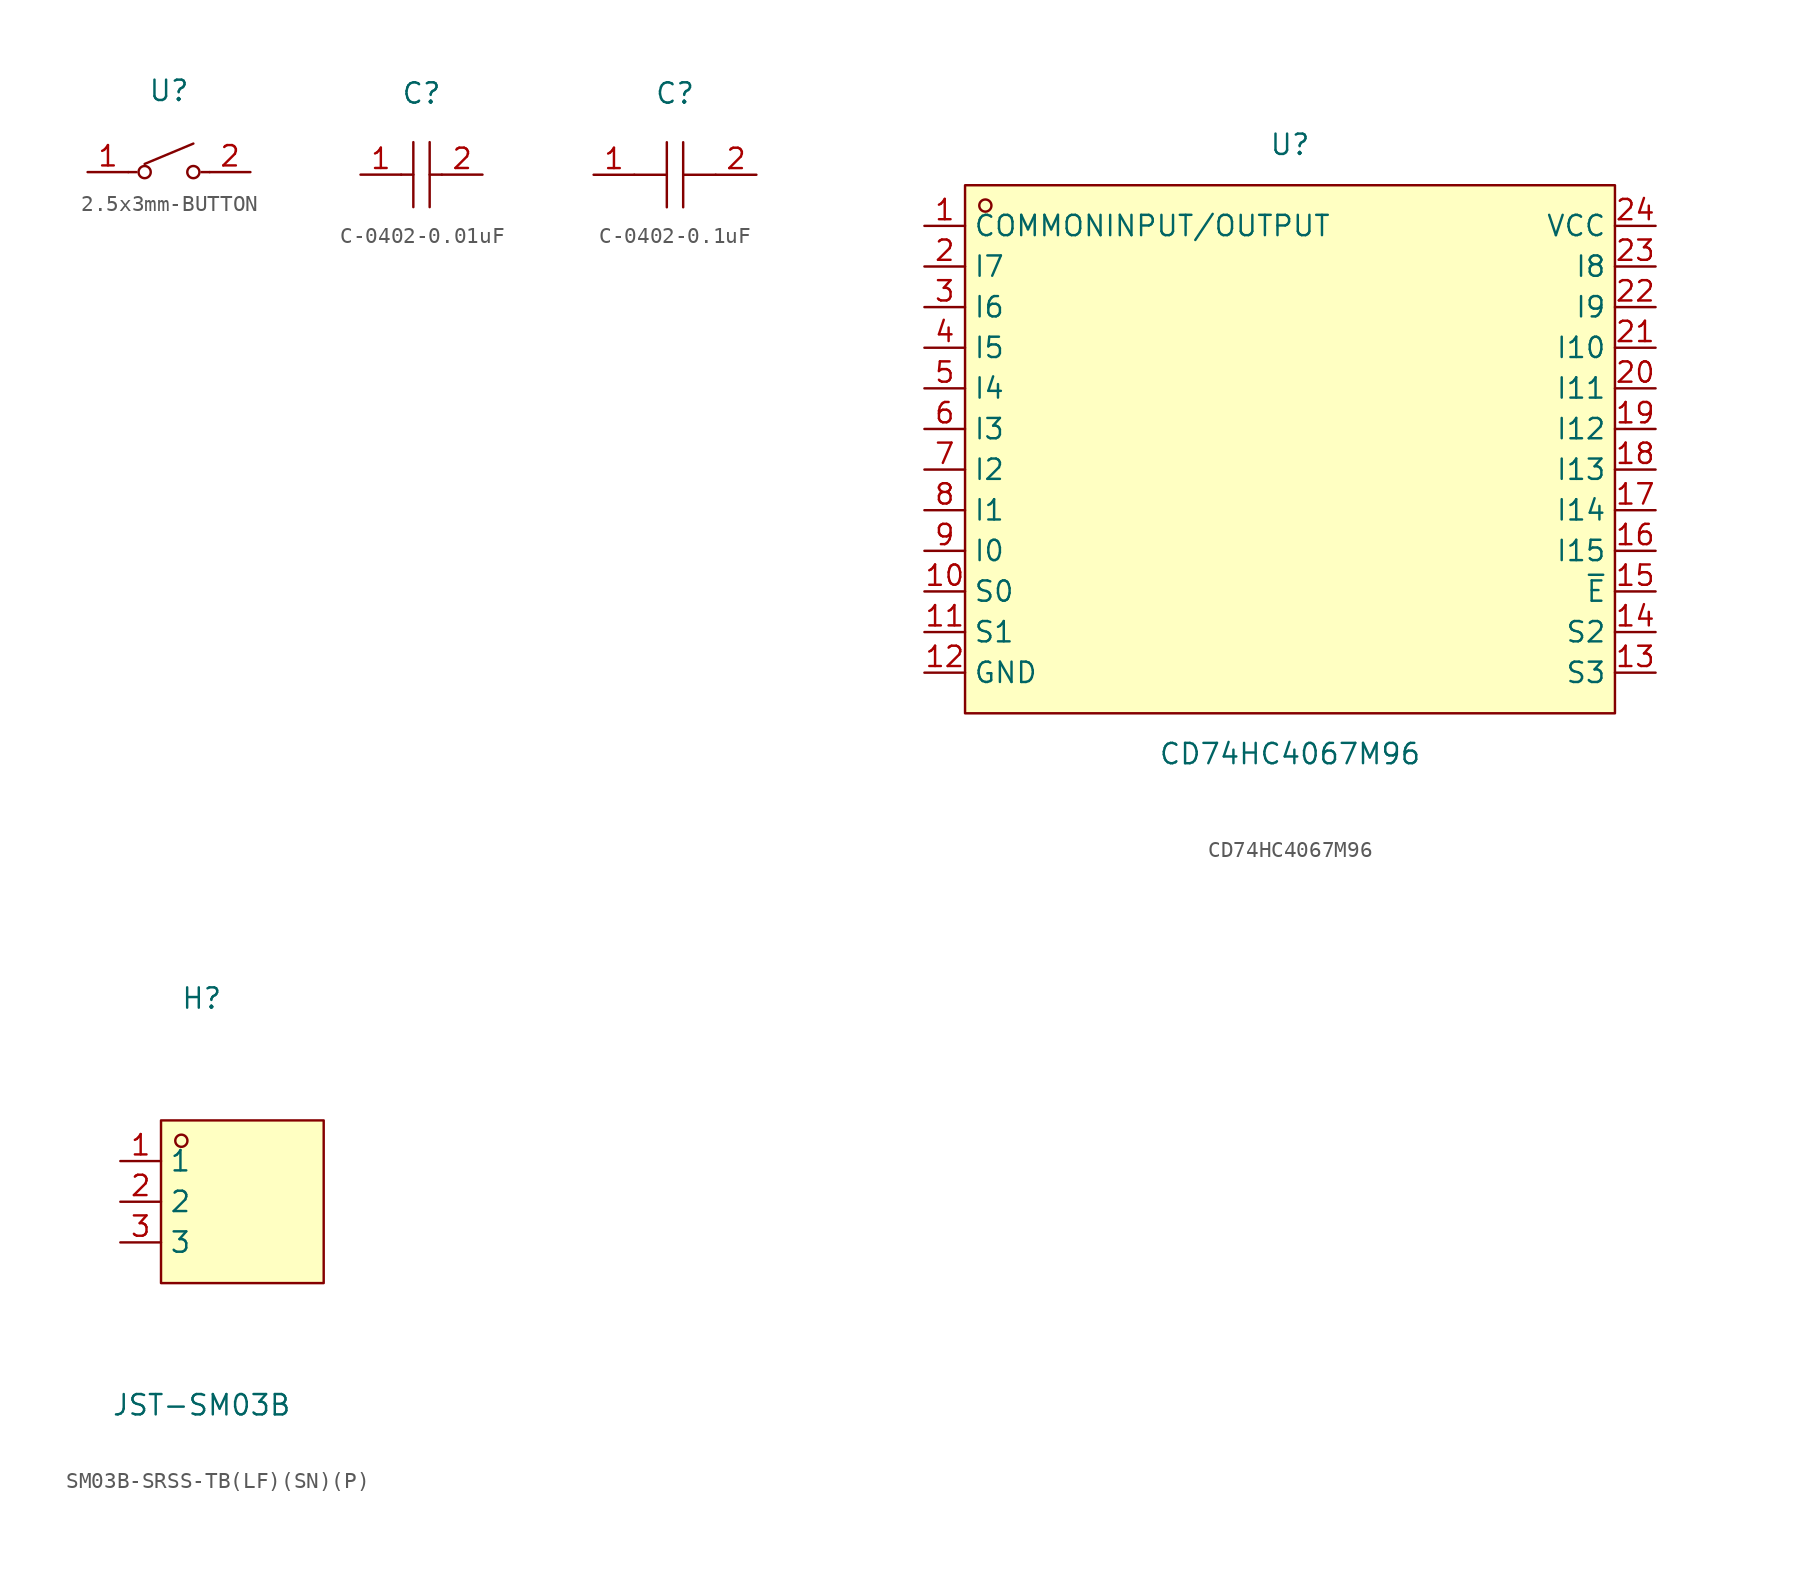
<source format=kicad_sym>
(kicad_symbol_lib
  (version 20231120)
  (generator "kicad_symbol_editor")
  (generator_version "8.0")
  (symbol "2.5x3mm-BUTTON"
    (property "Reference" "U"
      (at 0 5.08 0)
      (effects (font (size 1.27 1.27))))
    (symbol "2.5x3mm-BUTTON_0_1"
      (circle (center -1.52 0) (radius 0.38) (stroke (width 0) (type default)) (fill (type none)))
      (polyline (pts (xy -2.03 0) (xy -2.54 0)) (stroke (width 0) (type default)) (fill (type none)))
      (polyline (pts (xy -1.52 0.51) (xy 1.52 1.78)) (stroke (width 0) (type default)) (fill (type none)))
      (polyline (pts (xy 2.03 0) (xy 2.54 0)) (stroke (width 0) (type default)) (fill (type none)))
      (circle (center 1.52 0) (radius 0.38) (stroke (width 0) (type default)) (fill (type none))))
    (symbol "2.5x3mm-BUTTON_1_1"
      (pin unspecified line (at -5.08 0 0) (length 2.54) (name "" (effects (font (size 1.27 1.27)))) (number "1" (effects (font (size 1.27 1.27)))))
      (pin unspecified line (at 5.08 0 180) (length 2.54) (name "" (effects (font (size 1.27 1.27)))) (number "2" (effects (font (size 1.27 1.27)))))))
  (symbol "C-0402-0.01uF"
    (property "Reference" "C"
      (at 0 5.08 0)
      (effects (font (size 1.27 1.27))))
    (symbol "C-0402-0.01uF_0_1"
      (polyline (pts (xy -1.27 0) (xy -0.51 0)) (stroke (width 0) (type default)) (fill (type none)))
      (polyline (pts (xy -0.51 2.03) (xy -0.51 -2.03)) (stroke (width 0) (type default)) (fill (type none)))
      (polyline (pts (xy 0.51 0) (xy 1.27 0)) (stroke (width 0) (type default)) (fill (type none)))
      (polyline (pts (xy 0.51 2.03) (xy 0.51 -2.03)) (stroke (width 0) (type default)) (fill (type none))))
    (symbol "C-0402-0.01uF_1_1"
      (pin input line (at -3.81 0 0) (length 2.54) (name "" (effects (font (size 1.27 1.27)))) (number "1" (effects (font (size 1.27 1.27)))))
      (pin input line (at 3.81 0 180) (length 2.54) (name "" (effects (font (size 1.27 1.27)))) (number "2" (effects (font (size 1.27 1.27)))))))
  (symbol "C-0402-0.1uF"
    (property "Reference" "C"
      (at 0 5.08 0)
      (effects (font (size 1.27 1.27))))
    (symbol "C-0402-0.1uF_0_1"
      (polyline (pts (xy -0.51 -2.03) (xy -0.51 2.03)) (stroke (width 0) (type default)) (fill (type none)))
      (polyline (pts (xy -0.51 0) (xy -2.54 0)) (stroke (width 0) (type default)) (fill (type none)))
      (polyline (pts (xy 0.51 2.03) (xy 0.51 -2.03)) (stroke (width 0) (type default)) (fill (type none)))
      (polyline (pts (xy 2.54 0) (xy 0.51 0)) (stroke (width 0) (type default)) (fill (type none))))
    (symbol "C-0402-0.1uF_1_1"
      (pin unspecified line (at -5.08 0 0) (length 2.54) (name "" (effects (font (size 1.27 1.27)))) (number "1" (effects (font (size 1.27 1.27)))))
      (pin unspecified line (at 5.08 0 180) (length 2.54) (name "" (effects (font (size 1.27 1.27)))) (number "2" (effects (font (size 1.27 1.27)))))))
  (symbol "CD74HC4067M96"
    (property "Reference" "U"
      (at 0 19.05 0)
      (effects (font (size 1.27 1.27))))
    (property "Value" "CD74HC4067M96"
      (at 0 -19.05 0)
      (effects (font (size 1.27 1.27))))
    (symbol "CD74HC4067M96_0_1"
      (rectangle (start -20.32 16.51) (end 20.32 -16.51) (stroke (width 0) (type default)) (fill (type background)))
      (circle (center -19.05 15.24) (radius 0.38) (stroke (width 0) (type default)) (fill (type none)))
      (pin unspecified line (at -22.86 13.97 0) (length 2.54) (name "COMMONINPUT/OUTPUT" (effects (font (size 1.27 1.27)))) (number "1" (effects (font (size 1.27 1.27)))))
      (pin unspecified line (at -22.86 -8.89 0) (length 2.54) (name "S0" (effects (font (size 1.27 1.27)))) (number "10" (effects (font (size 1.27 1.27)))))
      (pin unspecified line (at -22.86 -11.43 0) (length 2.54) (name "S1" (effects (font (size 1.27 1.27)))) (number "11" (effects (font (size 1.27 1.27)))))
      (pin unspecified line (at -22.86 -13.97 0) (length 2.54) (name "GND" (effects (font (size 1.27 1.27)))) (number "12" (effects (font (size 1.27 1.27)))))
      (pin unspecified line (at 22.86 -13.97 180) (length 2.54) (name "S3" (effects (font (size 1.27 1.27)))) (number "13" (effects (font (size 1.27 1.27)))))
      (pin unspecified line (at 22.86 -11.43 180) (length 2.54) (name "S2" (effects (font (size 1.27 1.27)))) (number "14" (effects (font (size 1.27 1.27)))))
      (pin unspecified line (at 22.86 -8.89 180) (length 2.54) (name "~{E}" (effects (font (size 1.27 1.27)))) (number "15" (effects (font (size 1.27 1.27)))))
      (pin unspecified line (at 22.86 -6.35 180) (length 2.54) (name "I15" (effects (font (size 1.27 1.27)))) (number "16" (effects (font (size 1.27 1.27)))))
      (pin unspecified line (at 22.86 -3.81 180) (length 2.54) (name "I14" (effects (font (size 1.27 1.27)))) (number "17" (effects (font (size 1.27 1.27)))))
      (pin unspecified line (at 22.86 -1.27 180) (length 2.54) (name "I13" (effects (font (size 1.27 1.27)))) (number "18" (effects (font (size 1.27 1.27)))))
      (pin unspecified line (at 22.86 1.27 180) (length 2.54) (name "I12" (effects (font (size 1.27 1.27)))) (number "19" (effects (font (size 1.27 1.27)))))
      (pin unspecified line (at -22.86 11.43 0) (length 2.54) (name "I7" (effects (font (size 1.27 1.27)))) (number "2" (effects (font (size 1.27 1.27)))))
      (pin unspecified line (at 22.86 3.81 180) (length 2.54) (name "I11" (effects (font (size 1.27 1.27)))) (number "20" (effects (font (size 1.27 1.27)))))
      (pin unspecified line (at 22.86 6.35 180) (length 2.54) (name "I10" (effects (font (size 1.27 1.27)))) (number "21" (effects (font (size 1.27 1.27)))))
      (pin unspecified line (at 22.86 8.89 180) (length 2.54) (name "I9" (effects (font (size 1.27 1.27)))) (number "22" (effects (font (size 1.27 1.27)))))
      (pin unspecified line (at 22.86 11.43 180) (length 2.54) (name "I8" (effects (font (size 1.27 1.27)))) (number "23" (effects (font (size 1.27 1.27)))))
      (pin unspecified line (at 22.86 13.97 180) (length 2.54) (name "VCC" (effects (font (size 1.27 1.27)))) (number "24" (effects (font (size 1.27 1.27)))))
      (pin unspecified line (at -22.86 8.89 0) (length 2.54) (name "I6" (effects (font (size 1.27 1.27)))) (number "3" (effects (font (size 1.27 1.27)))))
      (pin unspecified line (at -22.86 6.35 0) (length 2.54) (name "I5" (effects (font (size 1.27 1.27)))) (number "4" (effects (font (size 1.27 1.27)))))
      (pin unspecified line (at -22.86 3.81 0) (length 2.54) (name "I4" (effects (font (size 1.27 1.27)))) (number "5" (effects (font (size 1.27 1.27)))))
      (pin unspecified line (at -22.86 1.27 0) (length 2.54) (name "I3" (effects (font (size 1.27 1.27)))) (number "6" (effects (font (size 1.27 1.27)))))
      (pin unspecified line (at -22.86 -1.27 0) (length 2.54) (name "I2" (effects (font (size 1.27 1.27)))) (number "7" (effects (font (size 1.27 1.27)))))
      (pin unspecified line (at -22.86 -3.81 0) (length 2.54) (name "I1" (effects (font (size 1.27 1.27)))) (number "8" (effects (font (size 1.27 1.27)))))
      (pin unspecified line (at -22.86 -6.35 0) (length 2.54) (name "I0" (effects (font (size 1.27 1.27)))) (number "9" (effects (font (size 1.27 1.27)))))))
  (symbol "SM03B-SRSS-TB(LF)(SN)(P)"
    (property "Reference" "H"
      (at 0 12.7 0)
      (effects (font (size 1.27 1.27))))
    (property "Value" "JST-SM03B"
      (at 0 -12.7 0)
      (effects (font (size 1.27 1.27))))
    (symbol "SM03B-SRSS-TB(LF)(SN)(P)_0_1"
      (rectangle (start -2.54 5.08) (end 7.62 -5.08) (stroke (width 0) (type default)) (fill (type background)))
      (circle (center -1.27 3.81) (radius 0.38) (stroke (width 0) (type default)) (fill (type none)))
      (pin unspecified line (at -5.08 2.54 0) (length 2.54) (name "1" (effects (font (size 1.27 1.27)))) (number "1" (effects (font (size 1.27 1.27)))))
      (pin unspecified line (at -5.08 0 0) (length 2.54) (name "2" (effects (font (size 1.27 1.27)))) (number "2" (effects (font (size 1.27 1.27)))))
      (pin unspecified line (at -5.08 -2.54 0) (length 2.54) (name "3" (effects (font (size 1.27 1.27)))) (number "3" (effects (font (size 1.27 1.27))))))))
</source>
